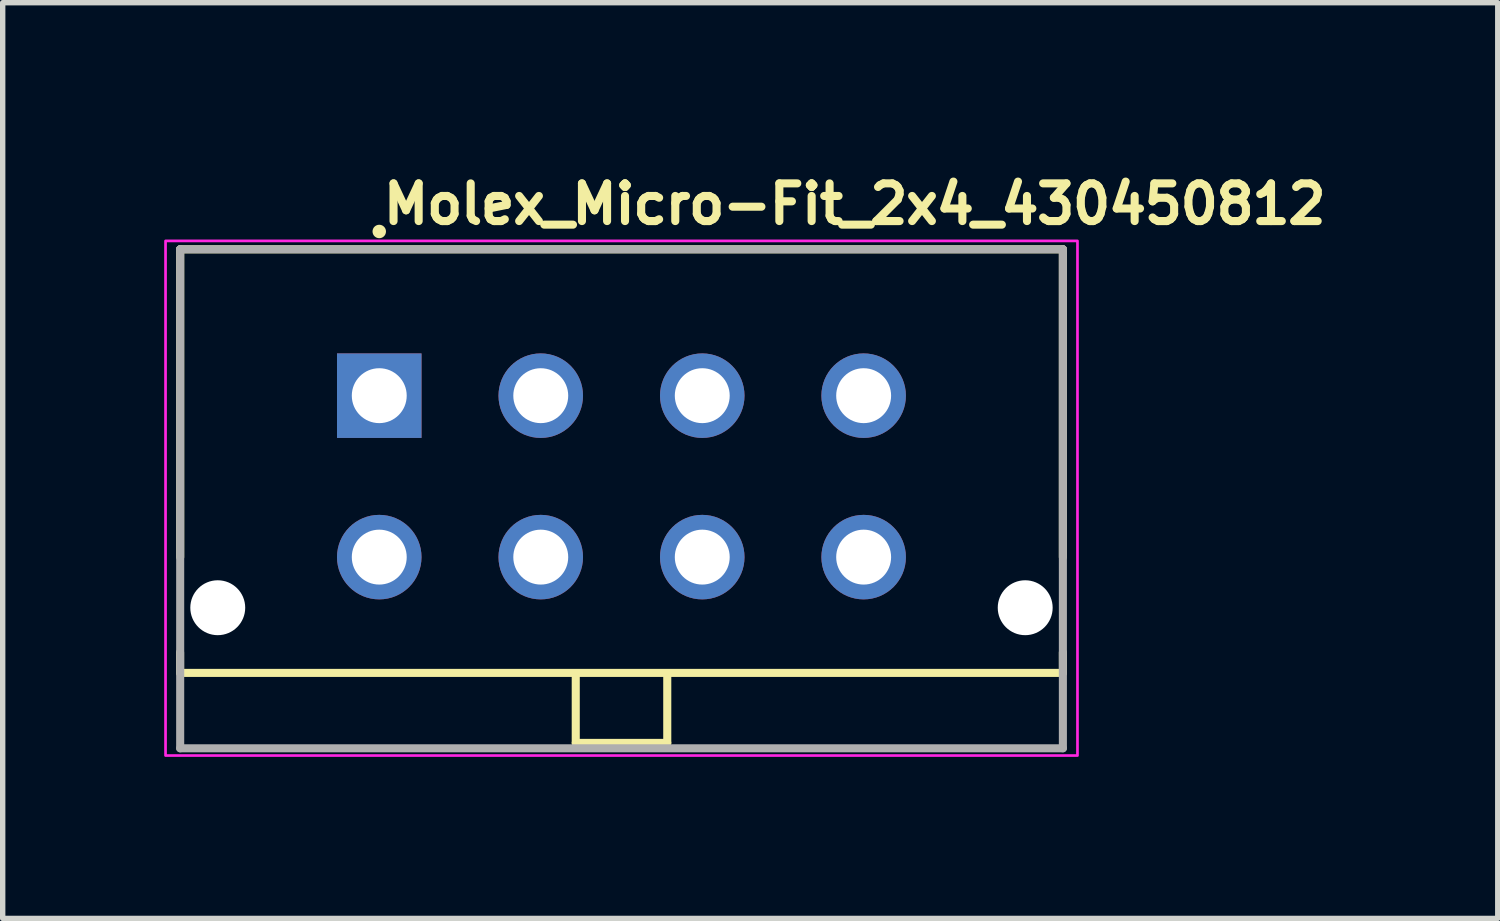
<source format=kicad_pcb>
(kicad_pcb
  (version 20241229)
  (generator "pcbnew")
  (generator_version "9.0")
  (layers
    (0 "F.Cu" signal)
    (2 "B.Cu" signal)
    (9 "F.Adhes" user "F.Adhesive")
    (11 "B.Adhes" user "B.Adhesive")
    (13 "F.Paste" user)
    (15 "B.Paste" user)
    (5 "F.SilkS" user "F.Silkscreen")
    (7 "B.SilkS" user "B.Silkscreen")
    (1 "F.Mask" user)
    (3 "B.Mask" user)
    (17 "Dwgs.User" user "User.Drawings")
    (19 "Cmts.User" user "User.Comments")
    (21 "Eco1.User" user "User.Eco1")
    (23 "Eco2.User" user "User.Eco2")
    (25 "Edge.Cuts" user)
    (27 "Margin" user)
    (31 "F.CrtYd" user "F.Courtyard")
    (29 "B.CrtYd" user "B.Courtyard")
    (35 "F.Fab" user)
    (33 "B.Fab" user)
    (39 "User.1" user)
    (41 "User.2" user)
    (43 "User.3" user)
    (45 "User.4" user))
  (footprint "Molex_Micro-Fit_2x4_430450812"
    (layer "F.Cu")
    (at 3.995 4.3)
    (property "Reference" "Molex_Micro-Fit_2x4_430450812" (at 0 -3.15 0) (layer "F.SilkS") (effects (font (size 0.7 0.7) (thickness 0.15)) (justify left bottom)))
    (attr through_hole)
    (fp_line (start -3.7 4.769) (end -3.7 5.15) (stroke (width 0.15) (type solid)) (layer "F.SilkS"))
    (fp_line (start -3.698 -2.719) (end -3.698 2.999) (stroke (width 0.15) (type solid)) (layer "F.SilkS"))
    (fp_line (start 3.65 5.169) (end 3.65 6.45) (stroke (width 0.15) (type solid)) (layer "F.SilkS"))
    (fp_line (start 3.65 6.45) (end 5.35 6.45) (stroke (width 0.15) (type solid)) (layer "F.SilkS"))
    (fp_line (start 5.35 5.169) (end 5.35 6.45) (stroke (width 0.15) (type solid)) (layer "F.SilkS"))
    (fp_line (start 12.699 -2.719) (end -3.698 -2.719) (stroke (width 0.15) (type solid)) (layer "F.SilkS"))
    (fp_line (start 12.699 -2.719) (end 12.699 2.999) (stroke (width 0.15) (type solid)) (layer "F.SilkS"))
    (fp_line (start 12.699 4.769) (end 12.7 5.15) (stroke (width 0.15) (type solid)) (layer "F.SilkS"))
    (fp_line (start 12.699 5.15) (end -3.698 5.15) (stroke (width 0.15) (type solid)) (layer "F.SilkS"))
    (fp_circle (center 0 -3.05) (end -0.05 -3.05) (stroke (width 0.15) (type solid)) (fill yes) (layer "F.SilkS"))
    (fp_rect (start 12.97 6.685) (end -3.97 -2.875) (stroke (width 0.05) (type solid)) (fill no) (layer "F.CrtYd"))
    (fp_line (start -3.698 -2.719) (end 12.699 -2.719) (stroke (width 0.15) (type solid)) (layer "F.Fab"))
    (fp_line (start -3.698 6.55) (end -3.698 -2.719) (stroke (width 0.15) (type solid)) (layer "F.Fab"))
    (fp_line (start 12.699 -2.719) (end 12.699 6.55) (stroke (width 0.15) (type solid)) (layer "F.Fab"))
    (fp_line (start 12.699 6.55) (end -3.698 6.55) (stroke (width 0.15) (type solid)) (layer "F.Fab"))
    (fp_rect (start 12.574 6.293) (end -3.574 -2.476) (stroke (width 0.1) (type solid)) (fill no) (layer "User.5"))
    (fp_line (start -3.574 4.893) (end -3.574 -2.476) (stroke (width 0.02) (type solid)) (layer "User.9"))
    (fp_line (start -3.325 -2.476) (end -3.574 -2.476) (stroke (width 0.02) (type solid)) (layer "User.9"))
    (fp_line (start -3.325 -1.476) (end -3.325 -2.476) (stroke (width 0.02) (type solid)) (layer "User.9"))
    (fp_line (start -3.325 -1.476) (end -2.375 -1.976) (stroke (width 0.02) (type solid)) (layer "User.9"))
    (fp_line (start -3.325 -0.956) (end -3.325 -1.476) (stroke (width 0.02) (type solid)) (layer "User.9"))
    (fp_line (start -3.325 -0.956) (end -3.325 0.394) (stroke (width 0.02) (type solid)) (layer "User.9"))
    (fp_line (start -3.325 -0.956) (end -1.925 -0.956) (stroke (width 0.02) (type solid)) (layer "User.9"))
    (fp_line (start -3.325 0.394) (end -3.325 0.919) (stroke (width 0.02) (type solid)) (layer "User.9"))
    (fp_line (start -3.325 0.394) (end -1.925 0.394) (stroke (width 0.02) (type solid)) (layer "User.9"))
    (fp_line (start -3.325 0.919) (end -3.325 2.068) (stroke (width 0.02) (type solid)) (layer "User.9"))
    (fp_line (start -3.325 0.919) (end -1.925 0.919) (stroke (width 0.02) (type solid)) (layer "User.9"))
    (fp_line (start -3.325 2.068) (end -3.325 2.593) (stroke (width 0.02) (type solid)) (layer "User.9"))
    (fp_line (start -3.325 2.068) (end -1.925 2.068) (stroke (width 0.02) (type solid)) (layer "User.9"))
    (fp_line (start -3.325 2.593) (end -3.325 4.133) (stroke (width 0.02) (type solid)) (layer "User.9"))
    (fp_line (start -3.325 2.593) (end -1.925 2.593) (stroke (width 0.02) (type solid)) (layer "User.9"))
    (fp_line (start -3.325 4.133) (end -1.925 4.133) (stroke (width 0.02) (type solid)) (layer "User.9"))
    (fp_line (start -3.325 4.893) (end -3.574 4.893) (stroke (width 0.02) (type solid)) (layer "User.9"))
    (fp_line (start -3.325 4.893) (end -3.325 4.133) (stroke (width 0.02) (type solid)) (layer "User.9"))
    (fp_line (start -3.325 4.893) (end -1.925 4.893) (stroke (width 0.02) (type solid)) (layer "User.9"))
    (fp_line (start -2.625 1.094) (end -2.625 1.894) (stroke (width 0.02) (type solid)) (layer "User.9"))
    (fp_line (start -2.625 1.894) (end -2.325 1.894) (stroke (width 0.02) (type solid)) (layer "User.9"))
    (fp_line (start -2.375 -2.476) (end -3.325 -2.476) (stroke (width 0.02) (type solid)) (layer "User.9"))
    (fp_line (start -2.375 -2.476) (end -2.375 -1.976) (stroke (width 0.02) (type solid)) (layer "User.9"))
    (fp_line (start -2.375 -1.976) (end -1.925 -1.976) (stroke (width 0.02) (type solid)) (layer "User.9"))
    (fp_line (start -2.325 0.919) (end -2.325 1.094) (stroke (width 0.02) (type solid)) (layer "User.9"))
    (fp_line (start -2.325 1.094) (end -2.625 1.094) (stroke (width 0.02) (type solid)) (layer "User.9"))
    (fp_line (start -2.325 2.068) (end -2.325 1.894) (stroke (width 0.02) (type solid)) (layer "User.9"))
    (fp_line (start -1.925 -0.956) (end -1.925 -1.976) (stroke (width 0.02) (type solid)) (layer "User.9"))
    (fp_line (start -1.925 -0.956) (end -1.925 4.133) (stroke (width 0.02) (type solid)) (layer "User.9"))
    (fp_line (start -1.925 4.893) (end -1.925 4.133) (stroke (width 0.02) (type solid)) (layer "User.9"))
    (fp_line (start -1.269 -1.306) (end -1.269 1.234) (stroke (width 0.02) (type solid)) (layer "User.9"))
    (fp_line (start -1.269 1.234) (end 1.27 1.234) (stroke (width 0.02) (type solid)) (layer "User.9"))
    (fp_line (start -1.269 1.694) (end -1.269 4.233) (stroke (width 0.02) (type solid)) (layer "User.9"))
    (fp_line (start -1.269 4.233) (end 1.27 4.233) (stroke (width 0.02) (type solid)) (layer "User.9"))
    (fp_line (start -0.32 -0.326) (end 0.32 -0.326) (stroke (width 0.02) (type solid)) (layer "User.9"))
    (fp_line (start -0.32 0.314) (end -0.32 -0.326) (stroke (width 0.02) (type solid)) (layer "User.9"))
    (fp_line (start -0.32 0.314) (end 0.32 0.314) (stroke (width 0.02) (type solid)) (layer "User.9"))
    (fp_line (start -0.32 2.673) (end 0.32 2.673) (stroke (width 0.02) (type solid)) (layer "User.9"))
    (fp_line (start -0.32 3.313) (end -0.32 2.673) (stroke (width 0.02) (type solid)) (layer "User.9"))
    (fp_line (start -0.32 3.313) (end 0.32 3.313) (stroke (width 0.02) (type solid)) (layer "User.9"))
    (fp_line (start 0.32 0.314) (end 0.32 -0.326) (stroke (width 0.02) (type solid)) (layer "User.9"))
    (fp_line (start 0.32 3.313) (end 0.32 2.673) (stroke (width 0.02) (type solid)) (layer "User.9"))
    (fp_line (start 0.57 -1.306) (end -1.269 -1.306) (stroke (width 0.02) (type solid)) (layer "User.9"))
    (fp_line (start 0.57 1.694) (end -1.269 1.694) (stroke (width 0.02) (type solid)) (layer "User.9"))
    (fp_line (start 0.65 -2.476) (end 0.65 -1.976) (stroke (width 0.02) (type solid)) (layer "User.9"))
    (fp_line (start 1.27 -0.606) (end 0.57 -1.306) (stroke (width 0.02) (type solid)) (layer "User.9"))
    (fp_line (start 1.27 1.234) (end 1.27 -0.606) (stroke (width 0.02) (type solid)) (layer "User.9"))
    (fp_line (start 1.27 2.393) (end 0.57 1.694) (stroke (width 0.02) (type solid)) (layer "User.9"))
    (fp_line (start 1.27 4.233) (end 1.27 2.393) (stroke (width 0.02) (type solid)) (layer "User.9"))
    (fp_line (start 1.65 -2.476) (end 0.65 -2.476) (stroke (width 0.02) (type solid)) (layer "User.9"))
    (fp_line (start 1.65 -1.976) (end 1.65 -2.476) (stroke (width 0.02) (type solid)) (layer "User.9"))
    (fp_line (start 1.73 -0.606) (end 1.73 1.234) (stroke (width 0.02) (type solid)) (layer "User.9"))
    (fp_line (start 1.73 1.234) (end 4.27 1.234) (stroke (width 0.02) (type solid)) (layer "User.9"))
    (fp_line (start 1.73 2.393) (end 1.73 4.233) (stroke (width 0.02) (type solid)) (layer "User.9"))
    (fp_line (start 1.73 4.233) (end 4.27 4.233) (stroke (width 0.02) (type solid)) (layer "User.9"))
    (fp_line (start 2.43 -1.306) (end 1.73 -0.606) (stroke (width 0.02) (type solid)) (layer "User.9"))
    (fp_line (start 2.43 1.694) (end 1.73 2.393) (stroke (width 0.02) (type solid)) (layer "User.9"))
    (fp_line (start 2.68 -0.326) (end 3.32 -0.326) (stroke (width 0.02) (type solid)) (layer "User.9"))
    (fp_line (start 2.68 0.314) (end 2.68 -0.326) (stroke (width 0.02) (type solid)) (layer "User.9"))
    (fp_line (start 2.68 0.314) (end 3.32 0.314) (stroke (width 0.02) (type solid)) (layer "User.9"))
    (fp_line (start 2.68 2.673) (end 3.32 2.673) (stroke (width 0.02) (type solid)) (layer "User.9"))
    (fp_line (start 2.68 3.313) (end 2.68 2.673) (stroke (width 0.02) (type solid)) (layer "User.9"))
    (fp_line (start 2.68 3.313) (end 3.32 3.313) (stroke (width 0.02) (type solid)) (layer "User.9"))
    (fp_line (start 3.32 0.314) (end 3.32 -0.326) (stroke (width 0.02) (type solid)) (layer "User.9"))
    (fp_line (start 3.32 3.313) (end 3.32 2.673) (stroke (width 0.02) (type solid)) (layer "User.9"))
    (fp_line (start 3.801 6.293) (end 3.801 4.893) (stroke (width 0.02) (type solid)) (layer "User.9"))
    (fp_line (start 4.27 -1.306) (end 2.43 -1.306) (stroke (width 0.02) (type solid)) (layer "User.9"))
    (fp_line (start 4.27 1.234) (end 4.27 -1.306) (stroke (width 0.02) (type solid)) (layer "User.9"))
    (fp_line (start 4.27 1.694) (end 2.43 1.694) (stroke (width 0.02) (type solid)) (layer "User.9"))
    (fp_line (start 4.27 4.233) (end 4.27 1.694) (stroke (width 0.02) (type solid)) (layer "User.9"))
    (fp_line (start 4.73 -1.306) (end 4.73 1.234) (stroke (width 0.02) (type solid)) (layer "User.9"))
    (fp_line (start 4.73 1.234) (end 7.27 1.234) (stroke (width 0.02) (type solid)) (layer "User.9"))
    (fp_line (start 4.73 1.694) (end 4.73 4.233) (stroke (width 0.02) (type solid)) (layer "User.9"))
    (fp_line (start 4.73 4.233) (end 7.27 4.233) (stroke (width 0.02) (type solid)) (layer "User.9"))
    (fp_line (start 5.199 6.293) (end 3.801 6.293) (stroke (width 0.02) (type solid)) (layer "User.9"))
    (fp_line (start 5.199 6.293) (end 5.199 4.893) (stroke (width 0.02) (type solid)) (layer "User.9"))
    (fp_line (start 5.68 -0.326) (end 6.32 -0.326) (stroke (width 0.02) (type solid)) (layer "User.9"))
    (fp_line (start 5.68 0.314) (end 5.68 -0.326) (stroke (width 0.02) (type solid)) (layer "User.9"))
    (fp_line (start 5.68 0.314) (end 6.32 0.314) (stroke (width 0.02) (type solid)) (layer "User.9"))
    (fp_line (start 5.68 2.673) (end 6.32 2.673) (stroke (width 0.02) (type solid)) (layer "User.9"))
    (fp_line (start 5.68 3.313) (end 5.68 2.673) (stroke (width 0.02) (type solid)) (layer "User.9"))
    (fp_line (start 5.68 3.313) (end 6.32 3.313) (stroke (width 0.02) (type solid)) (layer "User.9"))
    (fp_line (start 6.32 0.314) (end 6.32 -0.326) (stroke (width 0.02) (type solid)) (layer "User.9"))
    (fp_line (start 6.32 3.313) (end 6.32 2.673) (stroke (width 0.02) (type solid)) (layer "User.9"))
    (fp_line (start 6.57 -1.306) (end 4.73 -1.306) (stroke (width 0.02) (type solid)) (layer "User.9"))
    (fp_line (start 6.57 1.694) (end 4.73 1.694) (stroke (width 0.02) (type solid)) (layer "User.9"))
    (fp_line (start 7.27 -0.606) (end 6.57 -1.306) (stroke (width 0.02) (type solid)) (layer "User.9"))
    (fp_line (start 7.27 1.234) (end 7.27 -0.606) (stroke (width 0.02) (type solid)) (layer "User.9"))
    (fp_line (start 7.27 2.393) (end 6.57 1.694) (stroke (width 0.02) (type solid)) (layer "User.9"))
    (fp_line (start 7.27 4.233) (end 7.27 2.393) (stroke (width 0.02) (type solid)) (layer "User.9"))
    (fp_line (start 7.35 -2.476) (end 7.35 -1.976) (stroke (width 0.02) (type solid)) (layer "User.9"))
    (fp_line (start 7.73 -0.606) (end 7.73 1.234) (stroke (width 0.02) (type solid)) (layer "User.9"))
    (fp_line (start 7.73 1.234) (end 10.269 1.234) (stroke (width 0.02) (type solid)) (layer "User.9"))
    (fp_line (start 7.73 1.694) (end 7.73 4.233) (stroke (width 0.02) (type solid)) (layer "User.9"))
    (fp_line (start 7.73 4.233) (end 10.269 4.233) (stroke (width 0.02) (type solid)) (layer "User.9"))
    (fp_line (start 8.35 -2.476) (end 7.35 -2.476) (stroke (width 0.02) (type solid)) (layer "User.9"))
    (fp_line (start 8.35 -1.976) (end 8.35 -2.476) (stroke (width 0.02) (type solid)) (layer "User.9"))
    (fp_line (start 8.43 -1.306) (end 7.73 -0.606) (stroke (width 0.02) (type solid)) (layer "User.9"))
    (fp_line (start 8.68 -0.326) (end 9.32 -0.326) (stroke (width 0.02) (type solid)) (layer "User.9"))
    (fp_line (start 8.68 0.314) (end 8.68 -0.326) (stroke (width 0.02) (type solid)) (layer "User.9"))
    (fp_line (start 8.68 0.314) (end 9.32 0.314) (stroke (width 0.02) (type solid)) (layer "User.9"))
    (fp_line (start 8.68 2.673) (end 9.32 2.673) (stroke (width 0.02) (type solid)) (layer "User.9"))
    (fp_line (start 8.68 3.313) (end 8.68 2.673) (stroke (width 0.02) (type solid)) (layer "User.9"))
    (fp_line (start 8.68 3.313) (end 9.32 3.313) (stroke (width 0.02) (type solid)) (layer "User.9"))
    (fp_line (start 9.32 0.314) (end 9.32 -0.326) (stroke (width 0.02) (type solid)) (layer "User.9"))
    (fp_line (start 9.32 3.313) (end 9.32 2.673) (stroke (width 0.02) (type solid)) (layer "User.9"))
    (fp_line (start 10.269 -1.306) (end 8.43 -1.306) (stroke (width 0.02) (type solid)) (layer "User.9"))
    (fp_line (start 10.269 1.234) (end 10.269 -1.306) (stroke (width 0.02) (type solid)) (layer "User.9"))
    (fp_line (start 10.269 1.694) (end 7.73 1.694) (stroke (width 0.02) (type solid)) (layer "User.9"))
    (fp_line (start 10.269 4.233) (end 10.269 1.694) (stroke (width 0.02) (type solid)) (layer "User.9"))
    (fp_line (start 10.925 -1.976) (end -1.925 -1.976) (stroke (width 0.02) (type solid)) (layer "User.9"))
    (fp_line (start 10.925 -1.976) (end 11.375 -1.976) (stroke (width 0.02) (type solid)) (layer "User.9"))
    (fp_line (start 10.925 -0.956) (end 10.925 -1.976) (stroke (width 0.02) (type solid)) (layer "User.9"))
    (fp_line (start 10.925 -0.956) (end 10.925 4.133) (stroke (width 0.02) (type solid)) (layer "User.9"))
    (fp_line (start 10.925 -0.956) (end 12.325 -0.956) (stroke (width 0.02) (type solid)) (layer "User.9"))
    (fp_line (start 10.925 0.394) (end 12.325 0.394) (stroke (width 0.02) (type solid)) (layer "User.9"))
    (fp_line (start 10.925 2.593) (end 12.325 2.593) (stroke (width 0.02) (type solid)) (layer "User.9"))
    (fp_line (start 10.925 4.133) (end 12.325 4.133) (stroke (width 0.02) (type solid)) (layer "User.9"))
    (fp_line (start 10.925 4.893) (end -1.925 4.893) (stroke (width 0.02) (type solid)) (layer "User.9"))
    (fp_line (start 10.925 4.893) (end 10.925 4.133) (stroke (width 0.02) (type solid)) (layer "User.9"))
    (fp_line (start 10.925 4.893) (end 12.325 4.893) (stroke (width 0.02) (type solid)) (layer "User.9"))
    (fp_line (start 11.325 0.919) (end 11.325 1.094) (stroke (width 0.02) (type solid)) (layer "User.9"))
    (fp_line (start 11.325 1.894) (end 11.625 1.894) (stroke (width 0.02) (type solid)) (layer "User.9"))
    (fp_line (start 11.325 2.068) (end 11.325 1.894) (stroke (width 0.02) (type solid)) (layer "User.9"))
    (fp_line (start 11.375 -2.476) (end 11.375 -1.976) (stroke (width 0.02) (type solid)) (layer "User.9"))
    (fp_line (start 11.625 1.094) (end 11.325 1.094) (stroke (width 0.02) (type solid)) (layer "User.9"))
    (fp_line (start 11.625 1.894) (end 11.625 1.094) (stroke (width 0.02) (type solid)) (layer "User.9"))
    (fp_line (start 12.325 -2.476) (end 11.375 -2.476) (stroke (width 0.02) (type solid)) (layer "User.9"))
    (fp_line (start 12.325 -2.476) (end 12.325 -1.476) (stroke (width 0.02) (type solid)) (layer "User.9"))
    (fp_line (start 12.325 -2.476) (end 12.574 -2.476) (stroke (width 0.02) (type solid)) (layer "User.9"))
    (fp_line (start 12.325 -1.476) (end 11.375 -1.976) (stroke (width 0.02) (type solid)) (layer "User.9"))
    (fp_line (start 12.325 -0.956) (end 12.325 -1.476) (stroke (width 0.02) (type solid)) (layer "User.9"))
    (fp_line (start 12.325 -0.956) (end 12.325 0.394) (stroke (width 0.02) (type solid)) (layer "User.9"))
    (fp_line (start 12.325 0.394) (end 12.325 0.919) (stroke (width 0.02) (type solid)) (layer "User.9"))
    (fp_line (start 12.325 0.919) (end 10.925 0.919) (stroke (width 0.02) (type solid)) (layer "User.9"))
    (fp_line (start 12.325 0.919) (end 12.325 2.068) (stroke (width 0.02) (type solid)) (layer "User.9"))
    (fp_line (start 12.325 2.068) (end 10.925 2.068) (stroke (width 0.02) (type solid)) (layer "User.9"))
    (fp_line (start 12.325 2.068) (end 12.325 2.593) (stroke (width 0.02) (type solid)) (layer "User.9"))
    (fp_line (start 12.325 2.593) (end 12.325 4.133) (stroke (width 0.02) (type solid)) (layer "User.9"))
    (fp_line (start 12.325 4.893) (end 12.325 4.133) (stroke (width 0.02) (type solid)) (layer "User.9"))
    (fp_line (start 12.325 4.893) (end 12.574 4.893) (stroke (width 0.02) (type solid)) (layer "User.9"))
    (fp_line (start 12.574 -2.476) (end 12.574 4.893) (stroke (width 0.02) (type solid)) (layer "User.9"))
    (pad "" np_thru_hole circle (at -3 3.939 180) (size 1.02 1.02) (drill 1.02) (layers "*.Cu" "*.Mask"))
    (pad "" np_thru_hole circle (at 11.999 3.939) (size 1.02 1.02) (drill 1.02) (layers "*.Cu" "*.Mask"))
    (pad "1" thru_hole rect (at 0 0 180) (size 1.57 1.57) (drill 1.02) (layers "*.Cu" "*.Mask"))
    (pad "2" thru_hole circle (at 3 0 180) (size 1.57 1.57) (drill 1.02) (layers "*.Cu" "*.Mask"))
    (pad "3" thru_hole circle (at 6 0 180) (size 1.57 1.57) (drill 1.02) (layers "*.Cu" "*.Mask"))
    (pad "4" thru_hole circle (at 8.998 0 180) (size 1.57 1.57) (drill 1.02) (layers "*.Cu" "*.Mask"))
    (pad "5" thru_hole circle (at 0 2.999 90) (size 1.57 1.57) (drill 1.02) (layers "*.Cu" "*.Mask"))
    (pad "6" thru_hole circle (at 3 2.999 90) (size 1.57 1.57) (drill 1.02) (layers "*.Cu" "*.Mask"))
    (pad "7" thru_hole circle (at 6 2.999 90) (size 1.57 1.57) (drill 1.02) (layers "*.Cu" "*.Mask"))
    (pad "8" thru_hole circle (at 8.998 2.999 90) (size 1.57 1.57) (drill 1.02) (layers "*.Cu" "*.Mask")))
  (gr_rect
    (start -3 -3)
    (end 24.772 14.01)
    (stroke (width 0.1) (type default))
    (fill no)
    (layer "Edge.Cuts")))
</source>
